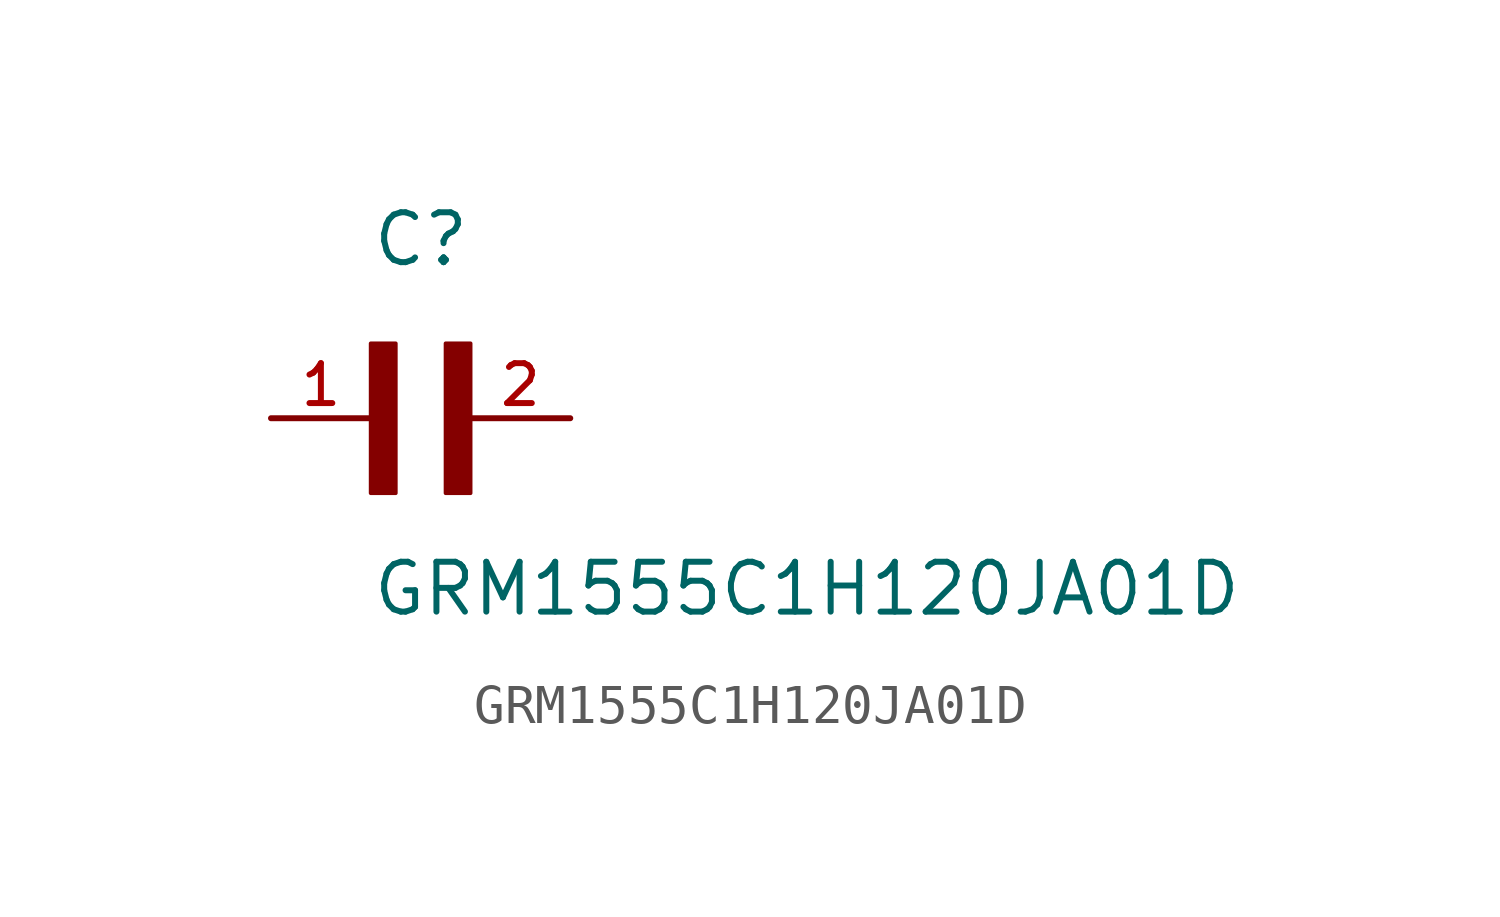
<source format=kicad_sym>
(kicad_symbol_lib
  (version 20211014)
  (generator kicad_symbol_editor)
  (symbol "GRM1555C1H120JA01D"
    (pin_names
      (offset 1.016))
    (property "Reference" "C"
      (at 0.0 3.811 0)
      (effects (font (size 1.27 1.27)) (justify bottom left)))
    (property "Value" "GRM1555C1H120JA01D"
      (at 0.0 -5.088 0)
      (effects (font (size 1.27 1.27)) (justify bottom left)))
    (symbol "GRM1555C1H120JA01D_0_0"
      (rectangle (start 0.0 -1.907) (end 0.635 1.905) (stroke (width 0.1)) (fill (type outline)))
      (rectangle (start 1.907 -1.907) (end 2.54 1.905) (stroke (width 0.1)) (fill (type outline)))
      (pin passive line (at 5.08 0.0 180.0) (length 2.54) (name "~" (effects (font (size 1.016 1.016)))) (number "2" (effects (font (size 1.016 1.016)))))
      (pin passive line (at -2.54 0.0 0) (length 2.54) (name "~" (effects (font (size 1.016 1.016)))) (number "1" (effects (font (size 1.016 1.016))))))))
</source>
